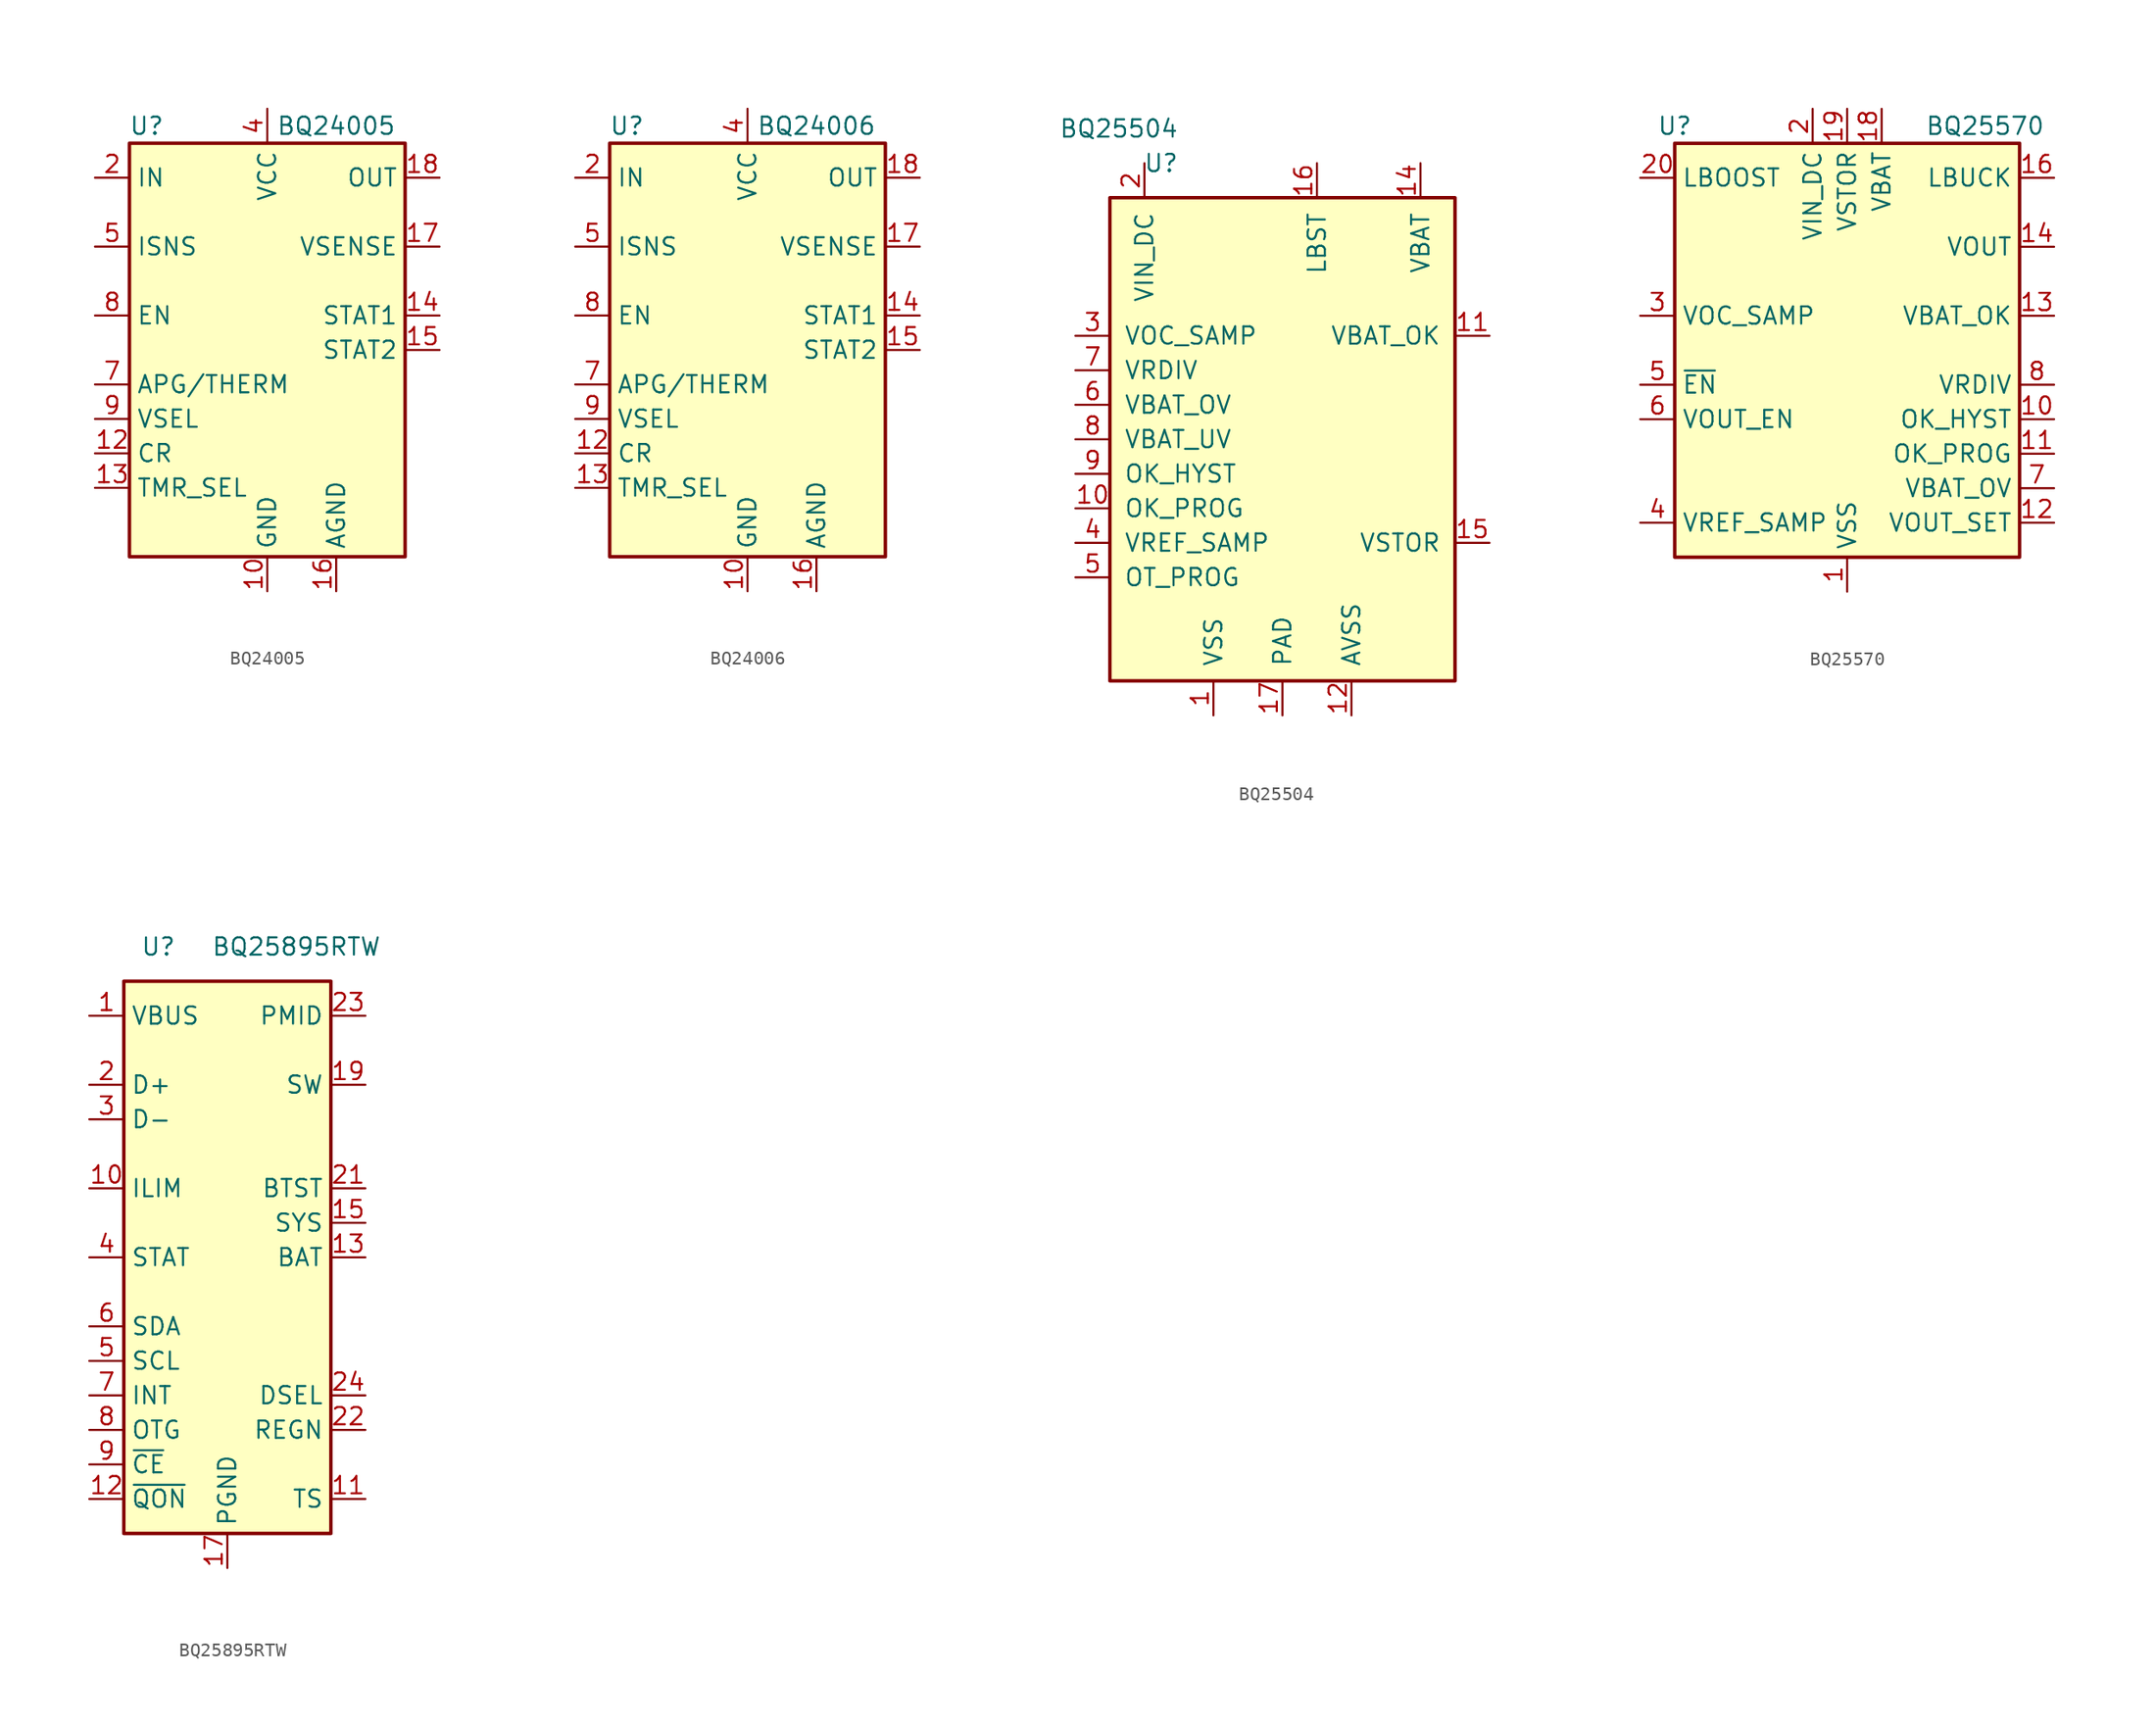
<source format=kicad_sym>
(kicad_symbol_lib
  (version 20201005)
  (generator kicad_symbol_editor)
  (symbol "BQ24005"
    (property "Reference" "U"
      (at -8.89 16.51 0)
      (effects (font (size 1.27 1.27))))
    (property "Value" "BQ24005"
      (at 5.08 16.51 0)
      (effects (font (size 1.27 1.27))))
    (symbol "BQ24005_0_1"
      (rectangle (start -10.16 15.24) (end 10.16 -15.24) (stroke (width 0.254)) (fill (type background))))
    (symbol "BQ24005_1_1"
      (pin no_connect line (at 10.16 -2.54 180) (length 2.54) hide (name "N/C" (effects (font (size 1.27 1.27)))) (number "1" (effects (font (size 1.27 1.27)))))
      (pin power_in line (at 0 -17.78 90) (length 2.54) (name "GND" (effects (font (size 1.27 1.27)))) (number "10" (effects (font (size 1.27 1.27)))))
      (pin no_connect line (at 10.16 -7.62 180) (length 2.54) hide (name "N/C" (effects (font (size 1.27 1.27)))) (number "11" (effects (font (size 1.27 1.27)))))
      (pin input line (at -12.7 -7.62 0) (length 2.54) (name "CR" (effects (font (size 1.27 1.27)))) (number "12" (effects (font (size 1.27 1.27)))))
      (pin input line (at -12.7 -10.16 0) (length 2.54) (name "TMR_SEL" (effects (font (size 1.27 1.27)))) (number "13" (effects (font (size 1.27 1.27)))))
      (pin open_collector line (at 12.7 2.54 180) (length 2.54) (name "STAT1" (effects (font (size 1.27 1.27)))) (number "14" (effects (font (size 1.27 1.27)))))
      (pin open_collector line (at 12.7 0 180) (length 2.54) (name "STAT2" (effects (font (size 1.27 1.27)))) (number "15" (effects (font (size 1.27 1.27)))))
      (pin power_in line (at 5.08 -17.78 90) (length 2.54) (name "AGND" (effects (font (size 1.27 1.27)))) (number "16" (effects (font (size 1.27 1.27)))))
      (pin input line (at 12.7 7.62 180) (length 2.54) (name "VSENSE" (effects (font (size 1.27 1.27)))) (number "17" (effects (font (size 1.27 1.27)))))
      (pin output line (at 12.7 12.7 180) (length 2.54) (name "OUT" (effects (font (size 1.27 1.27)))) (number "18" (effects (font (size 1.27 1.27)))))
      (pin passive line (at 12.7 12.7 180) (length 2.54) hide (name "OUT" (effects (font (size 1.27 1.27)))) (number "19" (effects (font (size 1.27 1.27)))))
      (pin input line (at -12.7 12.7 0) (length 2.54) (name "IN" (effects (font (size 1.27 1.27)))) (number "2" (effects (font (size 1.27 1.27)))))
      (pin no_connect line (at 10.16 -10.16 180) (length 2.54) hide (name "N/C" (effects (font (size 1.27 1.27)))) (number "20" (effects (font (size 1.27 1.27)))))
      (pin passive line (at 0 -17.78 90) (length 2.54) hide (name "GND" (effects (font (size 1.27 1.27)))) (number "21" (effects (font (size 1.27 1.27)))))
      (pin input line (at -12.7 12.7 0) (length 2.54) hide (name "IN" (effects (font (size 1.27 1.27)))) (number "3" (effects (font (size 1.27 1.27)))))
      (pin power_in line (at 0 17.78 270) (length 2.54) (name "VCC" (effects (font (size 1.27 1.27)))) (number "4" (effects (font (size 1.27 1.27)))))
      (pin input line (at -12.7 7.62 0) (length 2.54) (name "ISNS" (effects (font (size 1.27 1.27)))) (number "5" (effects (font (size 1.27 1.27)))))
      (pin no_connect line (at 10.16 -5.08 180) (length 2.54) hide (name "N/C" (effects (font (size 1.27 1.27)))) (number "6" (effects (font (size 1.27 1.27)))))
      (pin input line (at -12.7 -2.54 0) (length 2.54) (name "APG/THERM" (effects (font (size 1.27 1.27)))) (number "7" (effects (font (size 1.27 1.27)))))
      (pin input line (at -12.7 2.54 0) (length 2.54) (name "EN" (effects (font (size 1.27 1.27)))) (number "8" (effects (font (size 1.27 1.27)))))
      (pin input line (at -12.7 -5.08 0) (length 2.54) (name "VSEL" (effects (font (size 1.27 1.27)))) (number "9" (effects (font (size 1.27 1.27)))))))
  (symbol "BQ24006"
    (property "Reference" "U"
      (at -8.89 16.51 0)
      (effects (font (size 1.27 1.27))))
    (property "Value" "BQ24006"
      (at 5.08 16.51 0)
      (effects (font (size 1.27 1.27))))
    (symbol "BQ24006_0_1"
      (rectangle (start -10.16 15.24) (end 10.16 -15.24) (stroke (width 0.254)) (fill (type background))))
    (symbol "BQ24006_1_1"
      (pin no_connect line (at 10.16 -2.54 180) (length 2.54) hide (name "N/C" (effects (font (size 1.27 1.27)))) (number "1" (effects (font (size 1.27 1.27)))))
      (pin power_in line (at 0 -17.78 90) (length 2.54) (name "GND" (effects (font (size 1.27 1.27)))) (number "10" (effects (font (size 1.27 1.27)))))
      (pin no_connect line (at 10.16 -7.62 180) (length 2.54) hide (name "N/C" (effects (font (size 1.27 1.27)))) (number "11" (effects (font (size 1.27 1.27)))))
      (pin input line (at -12.7 -7.62 0) (length 2.54) (name "CR" (effects (font (size 1.27 1.27)))) (number "12" (effects (font (size 1.27 1.27)))))
      (pin input line (at -12.7 -10.16 0) (length 2.54) (name "TMR_SEL" (effects (font (size 1.27 1.27)))) (number "13" (effects (font (size 1.27 1.27)))))
      (pin output line (at 12.7 2.54 180) (length 2.54) (name "STAT1" (effects (font (size 1.27 1.27)))) (number "14" (effects (font (size 1.27 1.27)))))
      (pin output line (at 12.7 0 180) (length 2.54) (name "STAT2" (effects (font (size 1.27 1.27)))) (number "15" (effects (font (size 1.27 1.27)))))
      (pin power_in line (at 5.08 -17.78 90) (length 2.54) (name "AGND" (effects (font (size 1.27 1.27)))) (number "16" (effects (font (size 1.27 1.27)))))
      (pin input line (at 12.7 7.62 180) (length 2.54) (name "VSENSE" (effects (font (size 1.27 1.27)))) (number "17" (effects (font (size 1.27 1.27)))))
      (pin output line (at 12.7 12.7 180) (length 2.54) (name "OUT" (effects (font (size 1.27 1.27)))) (number "18" (effects (font (size 1.27 1.27)))))
      (pin passive line (at 12.7 12.7 180) (length 2.54) hide (name "OUT" (effects (font (size 1.27 1.27)))) (number "19" (effects (font (size 1.27 1.27)))))
      (pin input line (at -12.7 12.7 0) (length 2.54) (name "IN" (effects (font (size 1.27 1.27)))) (number "2" (effects (font (size 1.27 1.27)))))
      (pin no_connect line (at 10.16 -10.16 180) (length 2.54) hide (name "N/C" (effects (font (size 1.27 1.27)))) (number "20" (effects (font (size 1.27 1.27)))))
      (pin passive line (at 0 -17.78 90) (length 2.54) hide (name "GND" (effects (font (size 1.27 1.27)))) (number "21" (effects (font (size 1.27 1.27)))))
      (pin input line (at -12.7 12.7 0) (length 2.54) hide (name "IN" (effects (font (size 1.27 1.27)))) (number "3" (effects (font (size 1.27 1.27)))))
      (pin power_in line (at 0 17.78 270) (length 2.54) (name "VCC" (effects (font (size 1.27 1.27)))) (number "4" (effects (font (size 1.27 1.27)))))
      (pin input line (at -12.7 7.62 0) (length 2.54) (name "ISNS" (effects (font (size 1.27 1.27)))) (number "5" (effects (font (size 1.27 1.27)))))
      (pin no_connect line (at 10.16 -5.08 180) (length 2.54) hide (name "N/C" (effects (font (size 1.27 1.27)))) (number "6" (effects (font (size 1.27 1.27)))))
      (pin input line (at -12.7 -2.54 0) (length 2.54) (name "APG/THERM" (effects (font (size 1.27 1.27)))) (number "7" (effects (font (size 1.27 1.27)))))
      (pin input line (at -12.7 2.54 0) (length 2.54) (name "EN" (effects (font (size 1.27 1.27)))) (number "8" (effects (font (size 1.27 1.27)))))
      (pin input line (at -12.7 -5.08 0) (length 2.54) (name "VSEL" (effects (font (size 1.27 1.27)))) (number "9" (effects (font (size 1.27 1.27)))))))
  (symbol "BQ25504"
    (pin_names
      (offset 1.016))
    (property "Reference" "U"
      (at -7.62 20.32 0)
      (effects (font (size 1.27 1.27)) (justify right)))
    (property "Value" "BQ25504"
      (at -7.62 22.86 0)
      (effects (font (size 1.27 1.27)) (justify right)))
    (symbol "BQ25504_0_1"
      (rectangle (start -12.7 17.78) (end 12.7 -17.78) (stroke (width 0.254)) (fill (type background))))
    (symbol "BQ25504_1_1"
      (pin power_in line (at -5.08 -20.32 90) (length 2.54) (name "VSS" (effects (font (size 1.27 1.27)))) (number "1" (effects (font (size 1.27 1.27)))))
      (pin input line (at -15.24 -5.08 0) (length 2.54) (name "OK_PROG" (effects (font (size 1.27 1.27)))) (number "10" (effects (font (size 1.27 1.27)))))
      (pin output line (at 15.24 7.62 180) (length 2.54) (name "VBAT_OK" (effects (font (size 1.27 1.27)))) (number "11" (effects (font (size 1.27 1.27)))))
      (pin power_in line (at 5.08 -20.32 90) (length 2.54) (name "AVSS" (effects (font (size 1.27 1.27)))) (number "12" (effects (font (size 1.27 1.27)))))
      (pin passive line (at -5.08 -20.32 90) (length 2.54) hide (name "VSS" (effects (font (size 1.27 1.27)))) (number "13" (effects (font (size 1.27 1.27)))))
      (pin power_out line (at 10.16 20.32 270) (length 2.54) (name "VBAT" (effects (font (size 1.27 1.27)))) (number "14" (effects (font (size 1.27 1.27)))))
      (pin bidirectional line (at 15.24 -7.62 180) (length 2.54) (name "VSTOR" (effects (font (size 1.27 1.27)))) (number "15" (effects (font (size 1.27 1.27)))))
      (pin bidirectional line (at 2.54 20.32 270) (length 2.54) (name "LBST" (effects (font (size 1.27 1.27)))) (number "16" (effects (font (size 1.27 1.27)))))
      (pin passive line (at 0 -20.32 90) (length 2.54) (name "PAD" (effects (font (size 1.27 1.27)))) (number "17" (effects (font (size 1.27 1.27)))))
      (pin power_in line (at -10.16 20.32 270) (length 2.54) (name "VIN_DC" (effects (font (size 1.27 1.27)))) (number "2" (effects (font (size 1.27 1.27)))))
      (pin input line (at -15.24 7.62 0) (length 2.54) (name "VOC_SAMP" (effects (font (size 1.27 1.27)))) (number "3" (effects (font (size 1.27 1.27)))))
      (pin bidirectional line (at -15.24 -7.62 0) (length 2.54) (name "VREF_SAMP" (effects (font (size 1.27 1.27)))) (number "4" (effects (font (size 1.27 1.27)))))
      (pin input line (at -15.24 -10.16 0) (length 2.54) (name "OT_PROG" (effects (font (size 1.27 1.27)))) (number "5" (effects (font (size 1.27 1.27)))))
      (pin input line (at -15.24 2.54 0) (length 2.54) (name "VBAT_OV" (effects (font (size 1.27 1.27)))) (number "6" (effects (font (size 1.27 1.27)))))
      (pin output line (at -15.24 5.08 0) (length 2.54) (name "VRDIV" (effects (font (size 1.27 1.27)))) (number "7" (effects (font (size 1.27 1.27)))))
      (pin input line (at -15.24 0 0) (length 2.54) (name "VBAT_UV" (effects (font (size 1.27 1.27)))) (number "8" (effects (font (size 1.27 1.27)))))
      (pin input line (at -15.24 -2.54 0) (length 2.54) (name "OK_HYST" (effects (font (size 1.27 1.27)))) (number "9" (effects (font (size 1.27 1.27)))))))
  (symbol "BQ25570"
    (property "Reference" "U"
      (at -12.7 16.51 0)
      (effects (font (size 1.27 1.27))))
    (property "Value" "BQ25570"
      (at 10.16 16.51 0)
      (effects (font (size 1.27 1.27))))
    (symbol "BQ25570_0_1"
      (rectangle (start -12.7 15.24) (end 12.7 -15.24) (stroke (width 0.254)) (fill (type background))))
    (symbol "BQ25570_1_1"
      (pin power_in line (at 0 -17.78 90) (length 2.54) (name "VSS" (effects (font (size 1.27 1.27)))) (number "1" (effects (font (size 1.27 1.27)))))
      (pin input line (at 15.24 -5.08 180) (length 2.54) (name "OK_HYST" (effects (font (size 1.27 1.27)))) (number "10" (effects (font (size 1.27 1.27)))))
      (pin input line (at 15.24 -7.62 180) (length 2.54) (name "OK_PROG" (effects (font (size 1.27 1.27)))) (number "11" (effects (font (size 1.27 1.27)))))
      (pin input line (at 15.24 -12.7 180) (length 2.54) (name "VOUT_SET" (effects (font (size 1.27 1.27)))) (number "12" (effects (font (size 1.27 1.27)))))
      (pin output line (at 15.24 2.54 180) (length 2.54) (name "VBAT_OK" (effects (font (size 1.27 1.27)))) (number "13" (effects (font (size 1.27 1.27)))))
      (pin input line (at 15.24 7.62 180) (length 2.54) (name "VOUT" (effects (font (size 1.27 1.27)))) (number "14" (effects (font (size 1.27 1.27)))))
      (pin passive line (at 0 -17.78 90) (length 2.54) hide (name "VSS" (effects (font (size 1.27 1.27)))) (number "15" (effects (font (size 1.27 1.27)))))
      (pin passive line (at 15.24 12.7 180) (length 2.54) (name "LBUCK" (effects (font (size 1.27 1.27)))) (number "16" (effects (font (size 1.27 1.27)))))
      (pin passive line (at 0 -17.78 90) (length 2.54) hide (name "VSS" (effects (font (size 1.27 1.27)))) (number "17" (effects (font (size 1.27 1.27)))))
      (pin power_in line (at 2.54 17.78 270) (length 2.54) (name "VBAT" (effects (font (size 1.27 1.27)))) (number "18" (effects (font (size 1.27 1.27)))))
      (pin power_out line (at 0 17.78 270) (length 2.54) (name "VSTOR" (effects (font (size 1.27 1.27)))) (number "19" (effects (font (size 1.27 1.27)))))
      (pin power_in line (at -2.54 17.78 270) (length 2.54) (name "VIN_DC" (effects (font (size 1.27 1.27)))) (number "2" (effects (font (size 1.27 1.27)))))
      (pin passive line (at -15.24 12.7 0) (length 2.54) (name "LBOOST" (effects (font (size 1.27 1.27)))) (number "20" (effects (font (size 1.27 1.27)))))
      (pin passive line (at 0 -17.78 90) (length 2.54) hide (name "VSS" (effects (font (size 1.27 1.27)))) (number "21" (effects (font (size 1.27 1.27)))))
      (pin input line (at -15.24 2.54 0) (length 2.54) (name "VOC_SAMP" (effects (font (size 1.27 1.27)))) (number "3" (effects (font (size 1.27 1.27)))))
      (pin passive line (at -15.24 -12.7 0) (length 2.54) (name "VREF_SAMP" (effects (font (size 1.27 1.27)))) (number "4" (effects (font (size 1.27 1.27)))))
      (pin input line (at -15.24 -2.54 0) (length 2.54) (name "~EN" (effects (font (size 1.27 1.27)))) (number "5" (effects (font (size 1.27 1.27)))))
      (pin input line (at -15.24 -5.08 0) (length 2.54) (name "VOUT_EN" (effects (font (size 1.27 1.27)))) (number "6" (effects (font (size 1.27 1.27)))))
      (pin input line (at 15.24 -10.16 180) (length 2.54) (name "VBAT_OV" (effects (font (size 1.27 1.27)))) (number "7" (effects (font (size 1.27 1.27)))))
      (pin output line (at 15.24 -2.54 180) (length 2.54) (name "VRDIV" (effects (font (size 1.27 1.27)))) (number "8" (effects (font (size 1.27 1.27)))))
      (pin passive line (at 0 -17.78 90) (length 2.54) hide (name "VSS" (effects (font (size 1.27 1.27)))) (number "9" (effects (font (size 1.27 1.27)))))))
  (symbol "BQ25895RTW"
    (property "Reference" "U"
      (at -5.08 22.86 0)
      (effects (font (size 1.27 1.27))))
    (property "Value" "BQ25895RTW"
      (at 5.08 22.86 0)
      (effects (font (size 1.27 1.27))))
    (symbol "BQ25895RTW_0_1"
      (rectangle (start -7.62 20.32) (end 7.62 -20.32) (stroke (width 0.254)) (fill (type background))))
    (symbol "BQ25895RTW_1_1"
      (pin power_in line (at -10.16 17.78 0) (length 2.54) (name "VBUS" (effects (font (size 1.27 1.27)))) (number "1" (effects (font (size 1.27 1.27)))))
      (pin passive line (at -10.16 5.08 0) (length 2.54) (name "ILIM" (effects (font (size 1.27 1.27)))) (number "10" (effects (font (size 1.27 1.27)))))
      (pin passive line (at 10.16 -17.78 180) (length 2.54) (name "TS" (effects (font (size 1.27 1.27)))) (number "11" (effects (font (size 1.27 1.27)))))
      (pin input line (at -10.16 -17.78 0) (length 2.54) (name "~QON" (effects (font (size 1.27 1.27)))) (number "12" (effects (font (size 1.27 1.27)))))
      (pin passive line (at 10.16 0 180) (length 2.54) (name "BAT" (effects (font (size 1.27 1.27)))) (number "13" (effects (font (size 1.27 1.27)))))
      (pin passive line (at 10.16 0 180) (length 2.54) hide (name "BAT" (effects (font (size 1.27 1.27)))) (number "14" (effects (font (size 1.27 1.27)))))
      (pin passive line (at 10.16 2.54 180) (length 2.54) (name "SYS" (effects (font (size 1.27 1.27)))) (number "15" (effects (font (size 1.27 1.27)))))
      (pin passive line (at 10.16 2.54 180) (length 2.54) hide (name "SYS" (effects (font (size 1.27 1.27)))) (number "16" (effects (font (size 1.27 1.27)))))
      (pin power_in line (at 0 -22.86 90) (length 2.54) (name "PGND" (effects (font (size 1.27 1.27)))) (number "17" (effects (font (size 1.27 1.27)))))
      (pin passive line (at 0 -22.86 90) (length 2.54) hide (name "PGND" (effects (font (size 1.27 1.27)))) (number "18" (effects (font (size 1.27 1.27)))))
      (pin power_out line (at 10.16 12.7 180) (length 2.54) (name "SW" (effects (font (size 1.27 1.27)))) (number "19" (effects (font (size 1.27 1.27)))))
      (pin bidirectional line (at -10.16 12.7 0) (length 2.54) (name "D+" (effects (font (size 1.27 1.27)))) (number "2" (effects (font (size 1.27 1.27)))))
      (pin passive line (at 10.16 12.7 180) (length 2.54) hide (name "SW" (effects (font (size 1.27 1.27)))) (number "20" (effects (font (size 1.27 1.27)))))
      (pin passive line (at 10.16 5.08 180) (length 2.54) (name "BTST" (effects (font (size 1.27 1.27)))) (number "21" (effects (font (size 1.27 1.27)))))
      (pin passive line (at 10.16 -12.7 180) (length 2.54) (name "REGN" (effects (font (size 1.27 1.27)))) (number "22" (effects (font (size 1.27 1.27)))))
      (pin power_out line (at 10.16 17.78 180) (length 2.54) (name "PMID" (effects (font (size 1.27 1.27)))) (number "23" (effects (font (size 1.27 1.27)))))
      (pin open_collector line (at 10.16 -10.16 180) (length 2.54) (name "DSEL" (effects (font (size 1.27 1.27)))) (number "24" (effects (font (size 1.27 1.27)))))
      (pin passive line (at 0 -22.86 90) (length 2.54) hide (name "PGND" (effects (font (size 1.27 1.27)))) (number "25" (effects (font (size 1.27 1.27)))))
      (pin bidirectional line (at -10.16 10.16 0) (length 2.54) (name "D-" (effects (font (size 1.27 1.27)))) (number "3" (effects (font (size 1.27 1.27)))))
      (pin open_collector line (at -10.16 0 0) (length 2.54) (name "STAT" (effects (font (size 1.27 1.27)))) (number "4" (effects (font (size 1.27 1.27)))))
      (pin input line (at -10.16 -7.62 0) (length 2.54) (name "SCL" (effects (font (size 1.27 1.27)))) (number "5" (effects (font (size 1.27 1.27)))))
      (pin bidirectional line (at -10.16 -5.08 0) (length 2.54) (name "SDA" (effects (font (size 1.27 1.27)))) (number "6" (effects (font (size 1.27 1.27)))))
      (pin open_collector line (at -10.16 -10.16 0) (length 2.54) (name "INT" (effects (font (size 1.27 1.27)))) (number "7" (effects (font (size 1.27 1.27)))))
      (pin input line (at -10.16 -12.7 0) (length 2.54) (name "OTG" (effects (font (size 1.27 1.27)))) (number "8" (effects (font (size 1.27 1.27)))))
      (pin input line (at -10.16 -15.24 0) (length 2.54) (name "~CE" (effects (font (size 1.27 1.27)))) (number "9" (effects (font (size 1.27 1.27))))))))
</source>
